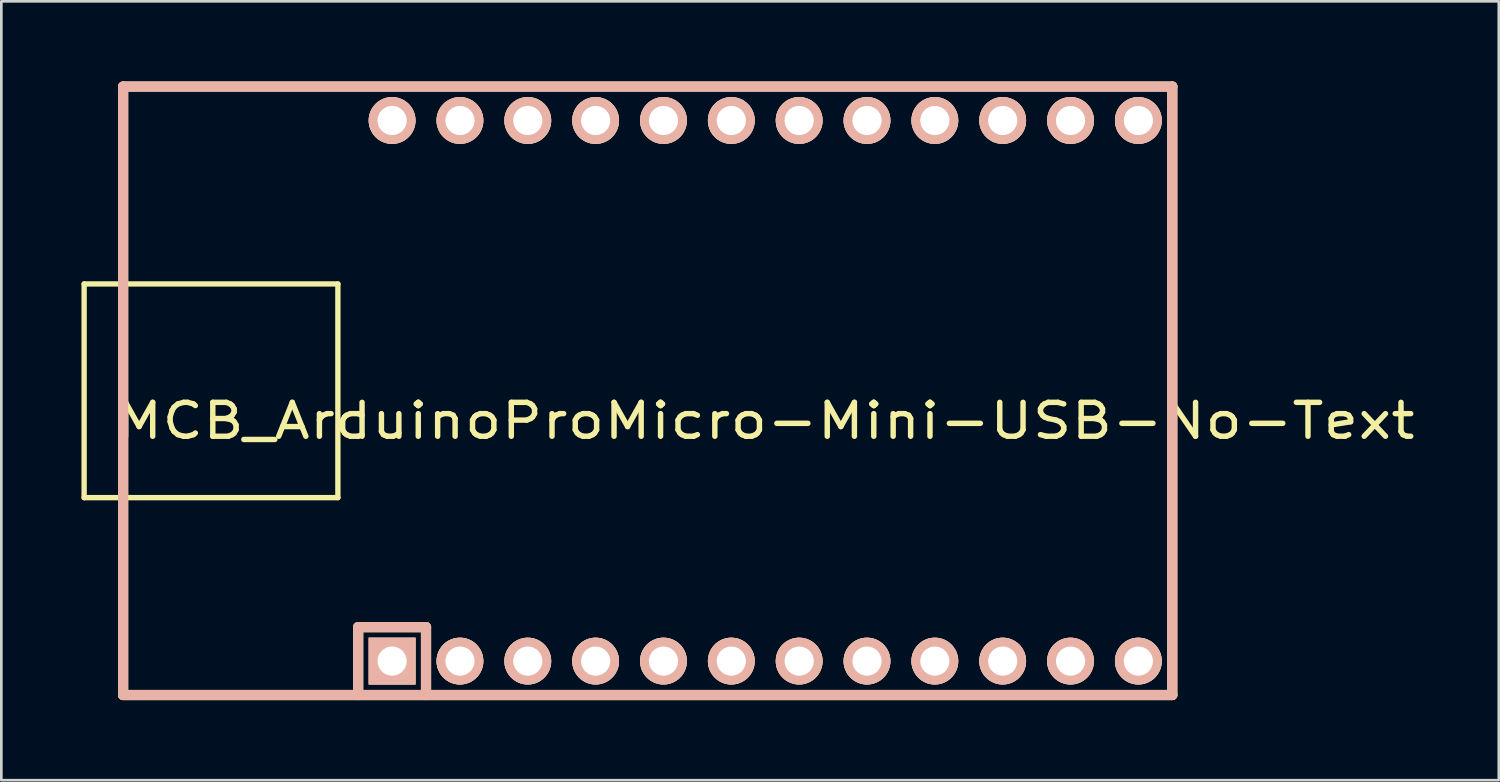
<source format=kicad_pcb>
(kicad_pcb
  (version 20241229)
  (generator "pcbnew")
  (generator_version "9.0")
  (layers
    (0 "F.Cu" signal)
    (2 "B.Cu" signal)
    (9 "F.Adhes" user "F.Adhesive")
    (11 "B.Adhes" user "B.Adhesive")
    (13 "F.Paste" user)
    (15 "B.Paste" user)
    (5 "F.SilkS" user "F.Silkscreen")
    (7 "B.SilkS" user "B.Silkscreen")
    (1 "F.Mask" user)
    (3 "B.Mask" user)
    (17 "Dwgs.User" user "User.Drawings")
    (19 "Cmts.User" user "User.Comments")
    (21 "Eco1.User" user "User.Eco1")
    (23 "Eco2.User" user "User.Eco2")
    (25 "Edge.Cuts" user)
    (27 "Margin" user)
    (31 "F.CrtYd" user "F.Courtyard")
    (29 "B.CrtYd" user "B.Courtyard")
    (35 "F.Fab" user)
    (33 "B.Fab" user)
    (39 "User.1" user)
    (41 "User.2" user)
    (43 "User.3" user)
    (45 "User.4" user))
  (footprint "MCB_ArduinoProMicro-Mini-USB-No-Text"
    (layer "F.Cu")
    (at 25.6 11.581)
    (property "Reference" "MCB_ArduinoProMicro-Mini-USB-No-Text" (at 0 1.125 0) (layer "F.SilkS") (effects (font (size 1.27 1.524) (thickness 0.203))))
    (attr through_hole)
    (fp_line (start -25.5 -4) (end -25.5 4) (stroke (width 0.2) (type solid)) (layer "F.SilkS"))
    (fp_line (start -25.5 4) (end -16 4) (stroke (width 0.2) (type solid)) (layer "F.SilkS"))
    (fp_line (start -24.04 -11.39) (end -24.04 11.39) (stroke (width 0.381) (type solid)) (layer "F.SilkS"))
    (fp_line (start -24.04 11.39) (end 15.24 11.39) (stroke (width 0.381) (type solid)) (layer "F.SilkS"))
    (fp_line (start -16 -4) (end -25.5 -4) (stroke (width 0.2) (type solid)) (layer "F.SilkS"))
    (fp_line (start -16 4) (end -16 -4) (stroke (width 0.2) (type solid)) (layer "F.SilkS"))
    (fp_line (start -15.24 8.85) (end -15.24 11.39) (stroke (width 0.381) (type solid)) (layer "F.SilkS"))
    (fp_line (start -15.24 8.85) (end -12.7 8.85) (stroke (width 0.381) (type solid)) (layer "F.SilkS"))
    (fp_line (start -12.7 8.85) (end -12.7 11.39) (stroke (width 0.381) (type solid)) (layer "F.SilkS"))
    (fp_line (start 15.24 -11.39) (end -24.04 -11.39) (stroke (width 0.381) (type solid)) (layer "F.SilkS"))
    (fp_line (start 15.24 11.39) (end 15.24 -11.39) (stroke (width 0.381) (type solid)) (layer "F.SilkS"))
    (fp_line (start -24.04 -11.39) (end -24.04 11.39) (stroke (width 0.381) (type solid)) (layer "B.SilkS"))
    (fp_line (start -24.04 11.39) (end 15.24 11.39) (stroke (width 0.381) (type solid)) (layer "B.SilkS"))
    (fp_line (start -15.24 8.85) (end -15.24 11.39) (stroke (width 0.381) (type solid)) (layer "B.SilkS"))
    (fp_line (start -15.24 8.85) (end -12.7 8.85) (stroke (width 0.381) (type solid)) (layer "B.SilkS"))
    (fp_line (start -12.7 8.85) (end -12.7 11.39) (stroke (width 0.381) (type solid)) (layer "B.SilkS"))
    (fp_line (start 15.24 -11.39) (end -24.04 -11.39) (stroke (width 0.381) (type solid)) (layer "B.SilkS"))
    (fp_line (start 15.24 11.39) (end 15.24 -11.39) (stroke (width 0.381) (type solid)) (layer "B.SilkS"))
    (pad "1" thru_hole rect (at -13.97 10.12) (size 1.753 1.753) (drill 1.092) (layers "*.Cu" "*.SilkS" "*.Mask"))
    (pad "2" thru_hole circle (at -11.43 10.12) (size 1.753 1.753) (drill 1.092) (layers "*.Cu" "*.SilkS" "*.Mask"))
    (pad "3" thru_hole circle (at -8.89 10.12) (size 1.753 1.753) (drill 1.092) (layers "*.Cu" "*.SilkS" "*.Mask"))
    (pad "4" thru_hole circle (at -6.35 10.12) (size 1.753 1.753) (drill 1.092) (layers "*.Cu" "*.SilkS" "*.Mask"))
    (pad "5" thru_hole circle (at -3.81 10.12) (size 1.753 1.753) (drill 1.092) (layers "*.Cu" "*.SilkS" "*.Mask"))
    (pad "6" thru_hole circle (at -1.27 10.12) (size 1.753 1.753) (drill 1.092) (layers "*.Cu" "*.SilkS" "*.Mask"))
    (pad "7" thru_hole circle (at 1.27 10.12) (size 1.753 1.753) (drill 1.092) (layers "*.Cu" "*.SilkS" "*.Mask"))
    (pad "8" thru_hole circle (at 3.81 10.12) (size 1.753 1.753) (drill 1.092) (layers "*.Cu" "*.SilkS" "*.Mask"))
    (pad "9" thru_hole circle (at 6.35 10.12) (size 1.753 1.753) (drill 1.092) (layers "*.Cu" "*.SilkS" "*.Mask"))
    (pad "10" thru_hole circle (at 8.89 10.12) (size 1.753 1.753) (drill 1.092) (layers "*.Cu" "*.SilkS" "*.Mask"))
    (pad "11" thru_hole circle (at 11.43 10.12) (size 1.753 1.753) (drill 1.092) (layers "*.Cu" "*.SilkS" "*.Mask"))
    (pad "12" thru_hole circle (at 13.97 10.12) (size 1.753 1.753) (drill 1.092) (layers "*.Cu" "*.SilkS" "*.Mask"))
    (pad "13" thru_hole circle (at 13.97 -10.12) (size 1.753 1.753) (drill 1.092) (layers "*.Cu" "*.SilkS" "*.Mask"))
    (pad "14" thru_hole circle (at 11.43 -10.12) (size 1.753 1.753) (drill 1.092) (layers "*.Cu" "*.SilkS" "*.Mask"))
    (pad "15" thru_hole circle (at 8.89 -10.12) (size 1.753 1.753) (drill 1.092) (layers "*.Cu" "*.SilkS" "*.Mask"))
    (pad "16" thru_hole circle (at 6.35 -10.12) (size 1.753 1.753) (drill 1.092) (layers "*.Cu" "*.SilkS" "*.Mask"))
    (pad "17" thru_hole circle (at 3.81 -10.12) (size 1.753 1.753) (drill 1.092) (layers "*.Cu" "*.SilkS" "*.Mask"))
    (pad "18" thru_hole circle (at 1.27 -10.12) (size 1.753 1.753) (drill 1.092) (layers "*.Cu" "*.SilkS" "*.Mask"))
    (pad "19" thru_hole circle (at -1.27 -10.12) (size 1.753 1.753) (drill 1.092) (layers "*.Cu" "*.SilkS" "*.Mask"))
    (pad "20" thru_hole circle (at -3.81 -10.12) (size 1.753 1.753) (drill 1.092) (layers "*.Cu" "*.SilkS" "*.Mask"))
    (pad "21" thru_hole circle (at -6.35 -10.12) (size 1.753 1.753) (drill 1.092) (layers "*.Cu" "*.SilkS" "*.Mask"))
    (pad "22" thru_hole circle (at -8.89 -10.12) (size 1.753 1.753) (drill 1.092) (layers "*.Cu" "*.SilkS" "*.Mask"))
    (pad "23" thru_hole circle (at -11.43 -10.12) (size 1.753 1.753) (drill 1.092) (layers "*.Cu" "*.SilkS" "*.Mask"))
    (pad "24" thru_hole circle (at -13.97 -10.12) (size 1.753 1.753) (drill 1.092) (layers "*.Cu" "*.SilkS" "*.Mask")))
  (gr_rect
    (start -3 -3)
    (end 53.064 26.161)
    (stroke (width 0.1) (type default))
    (fill no)
    (layer "Edge.Cuts")))
</source>
